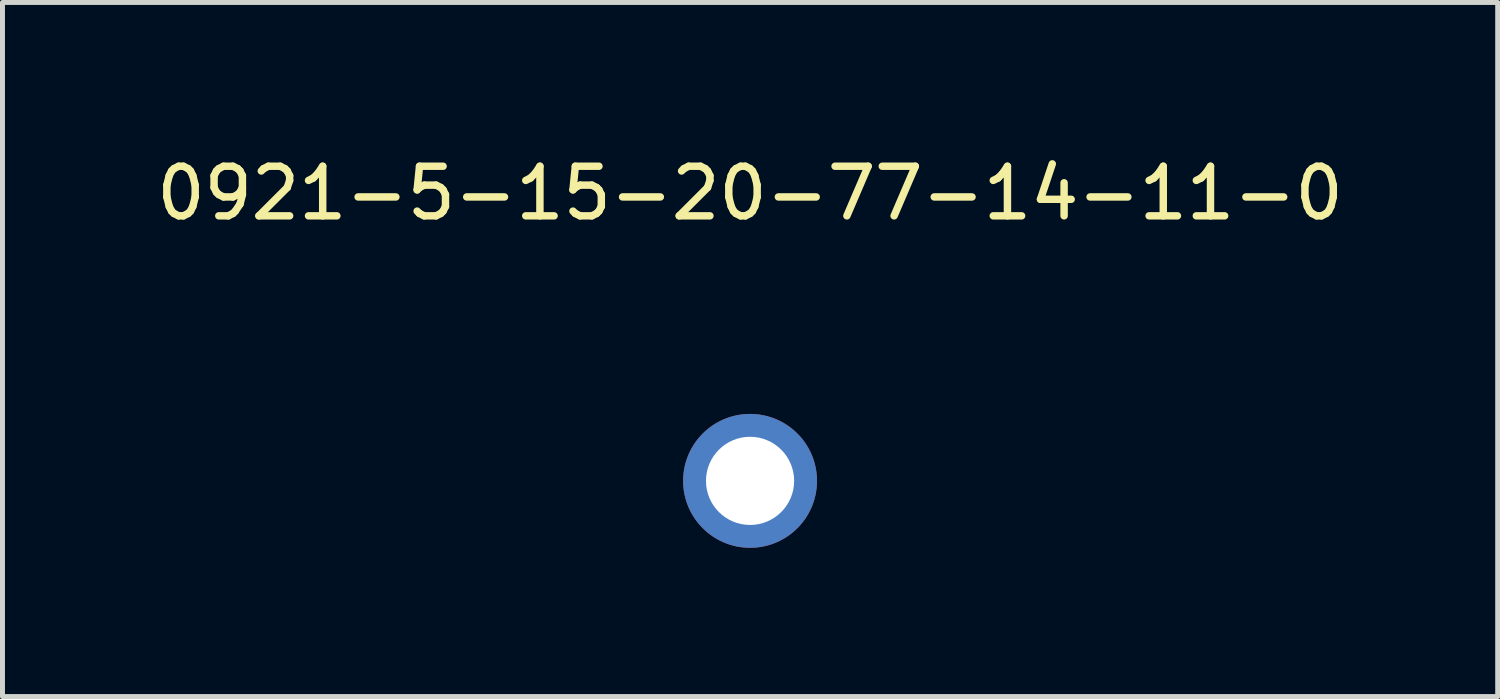
<source format=kicad_pcb>
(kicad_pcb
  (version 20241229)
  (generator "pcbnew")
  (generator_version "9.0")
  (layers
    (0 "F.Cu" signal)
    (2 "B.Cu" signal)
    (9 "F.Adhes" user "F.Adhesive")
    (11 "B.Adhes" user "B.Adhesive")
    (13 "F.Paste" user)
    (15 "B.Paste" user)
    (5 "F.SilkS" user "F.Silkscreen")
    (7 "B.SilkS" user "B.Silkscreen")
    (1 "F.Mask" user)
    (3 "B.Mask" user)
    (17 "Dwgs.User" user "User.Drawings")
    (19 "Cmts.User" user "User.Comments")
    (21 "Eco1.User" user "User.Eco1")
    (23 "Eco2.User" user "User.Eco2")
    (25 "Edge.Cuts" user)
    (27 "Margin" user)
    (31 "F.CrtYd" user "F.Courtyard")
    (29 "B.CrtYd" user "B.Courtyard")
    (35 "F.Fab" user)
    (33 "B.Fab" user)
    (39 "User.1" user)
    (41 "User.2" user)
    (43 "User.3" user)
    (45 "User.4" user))
  (footprint "0921-5-15-20-77-14-11-0"
    (layer "F.Cu")
    (at 12.077 6.648)
    (property "Reference" "0921-5-15-20-77-14-11-0" (at 0 -5.8 0) (unlocked yes) (layer "F.SilkS") (effects (font (size 1 1) (thickness 0.15))))
    (attr through_hole)
    (pad "1" thru_hole circle (at 0 0) (size 2.7 2.7) (drill 1.778) (layers "*.Cu" "*.Mask")))
  (gr_rect
    (start -3 -3)
    (end 27.155 10.998)
    (stroke (width 0.1) (type default))
    (fill no)
    (layer "Edge.Cuts")))
</source>
